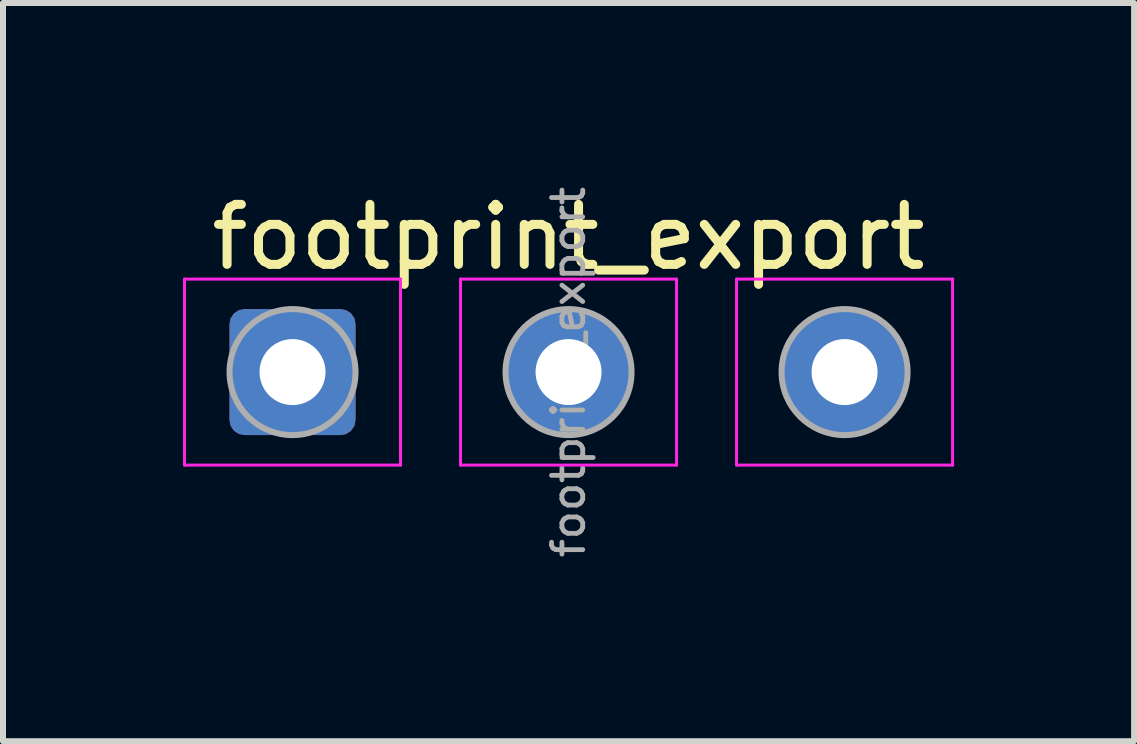
<source format=kicad_pcb>
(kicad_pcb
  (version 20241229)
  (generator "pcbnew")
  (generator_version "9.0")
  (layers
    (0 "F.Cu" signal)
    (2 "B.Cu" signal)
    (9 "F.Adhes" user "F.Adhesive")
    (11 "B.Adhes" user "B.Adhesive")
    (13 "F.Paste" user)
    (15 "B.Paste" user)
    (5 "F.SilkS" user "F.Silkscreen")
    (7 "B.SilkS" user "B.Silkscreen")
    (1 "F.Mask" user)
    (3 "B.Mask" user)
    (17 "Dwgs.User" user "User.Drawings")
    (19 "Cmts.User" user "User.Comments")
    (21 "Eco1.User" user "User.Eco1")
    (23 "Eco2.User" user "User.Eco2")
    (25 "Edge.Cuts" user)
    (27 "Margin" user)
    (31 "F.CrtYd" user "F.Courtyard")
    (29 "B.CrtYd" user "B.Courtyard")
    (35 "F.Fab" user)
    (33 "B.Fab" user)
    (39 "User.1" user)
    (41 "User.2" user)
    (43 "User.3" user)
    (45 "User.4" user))
  (footprint "footprint_export"
    (layer "F.Cu")
    (at 1.825 3.151)
    (property "Reference" "footprint_export" (at 4.6 -2.25 0) (layer "F.SilkS") (effects (font (size 1 1) (thickness 0.15))))
    (attr exclude_from_pos_files exclude_from_bom)
    (fp_line (start -1.8 -1.55) (end -1.8 1.55) (stroke (width 0.05) (type solid)) (layer "F.CrtYd"))
    (fp_line (start -1.8 1.55) (end 1.8 1.55) (stroke (width 0.05) (type solid)) (layer "F.CrtYd"))
    (fp_line (start 1.8 -1.55) (end -1.8 -1.55) (stroke (width 0.05) (type solid)) (layer "F.CrtYd"))
    (fp_line (start 1.8 1.55) (end 1.8 -1.55) (stroke (width 0.05) (type solid)) (layer "F.CrtYd"))
    (fp_line (start 2.8 -1.55) (end 2.8 1.55) (stroke (width 0.05) (type solid)) (layer "F.CrtYd"))
    (fp_line (start 2.8 1.55) (end 6.4 1.55) (stroke (width 0.05) (type solid)) (layer "F.CrtYd"))
    (fp_line (start 6.4 -1.55) (end 2.8 -1.55) (stroke (width 0.05) (type solid)) (layer "F.CrtYd"))
    (fp_line (start 6.4 1.55) (end 6.4 -1.55) (stroke (width 0.05) (type solid)) (layer "F.CrtYd"))
    (fp_line (start 7.4 -1.55) (end 7.4 1.55) (stroke (width 0.05) (type solid)) (layer "F.CrtYd"))
    (fp_line (start 7.4 1.55) (end 11 1.55) (stroke (width 0.05) (type solid)) (layer "F.CrtYd"))
    (fp_line (start 11 -1.55) (end 7.4 -1.55) (stroke (width 0.05) (type solid)) (layer "F.CrtYd"))
    (fp_line (start 11 1.55) (end 11 -1.55) (stroke (width 0.05) (type solid)) (layer "F.CrtYd"))
    (fp_circle (center 0 0) (end 1.05 0) (stroke (width 0.1) (type solid)) (fill no) (layer "F.Fab"))
    (fp_circle (center 4.6 0) (end 5.65 0) (stroke (width 0.1) (type solid)) (fill no) (layer "F.Fab"))
    (fp_circle (center 9.2 0) (end 10.25 0) (stroke (width 0.1) (type solid)) (fill no) (layer "F.Fab"))
    (fp_text user "${REFERENCE}" (at 4.6 0 90) (layer "F.Fab") (effects (font (size 0.52 0.52) (thickness 0.08))))
    (pad "1" thru_hole roundrect (at 0 0) (size 2.1 2.1) (drill 1.1) (layers "*.Cu" "*.Mask") (roundrect_rratio 0.119))
    (pad "2" thru_hole circle (at 4.6 0) (size 2.1 2.1) (drill 1.1) (layers "*.Cu" "*.Mask"))
    (pad "3" thru_hole circle (at 9.2 0) (size 2.1 2.1) (drill 1.1) (layers "*.Cu" "*.Mask")))
  (gr_rect
    (start -3 -3)
    (end 15.85 9.302)
    (stroke (width 0.1) (type default))
    (fill no)
    (layer "Edge.Cuts")))
</source>
